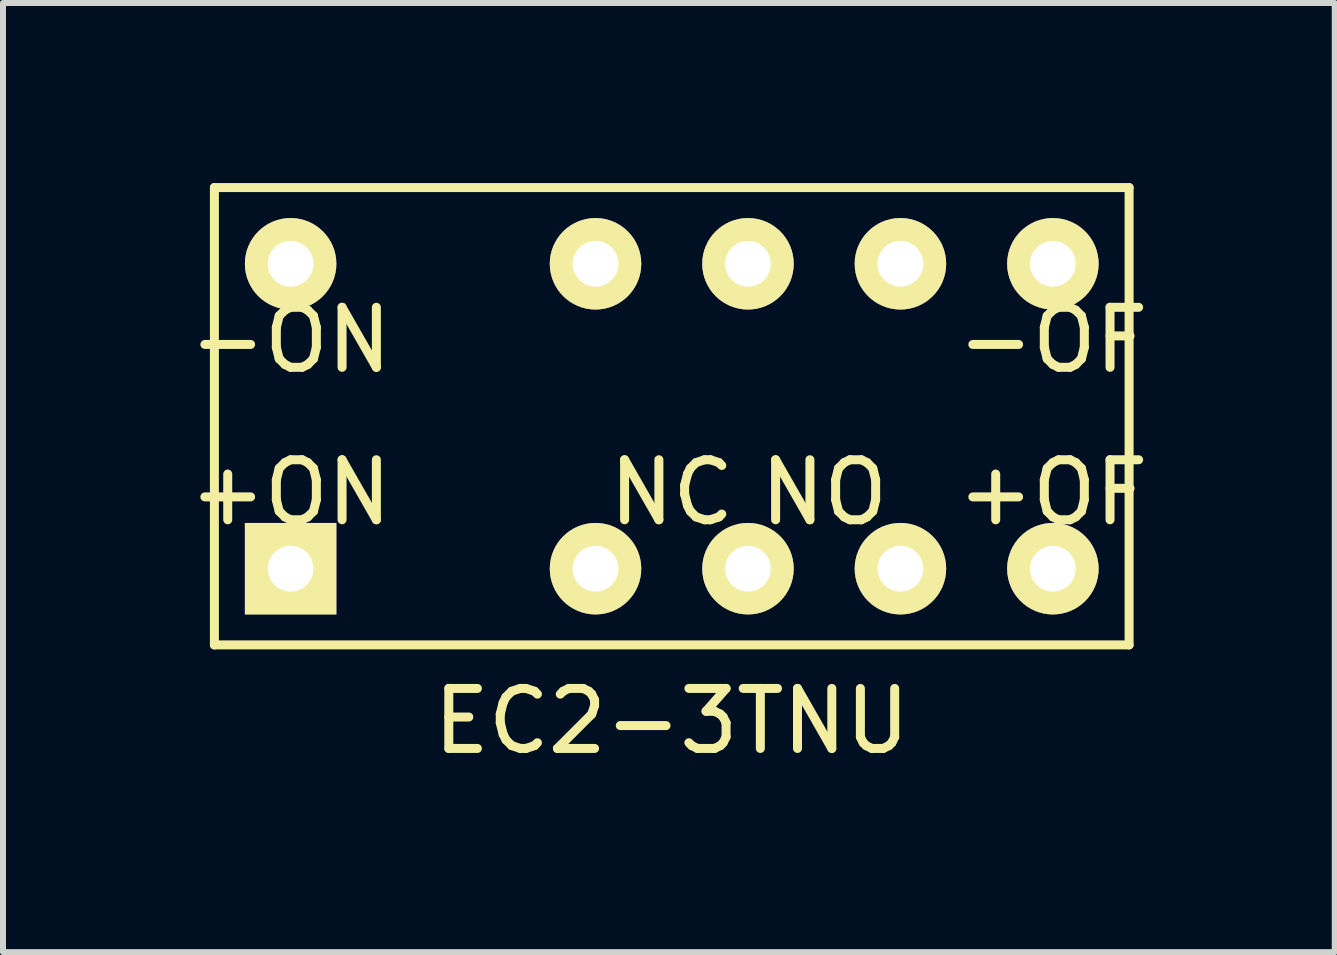
<source format=kicad_pcb>
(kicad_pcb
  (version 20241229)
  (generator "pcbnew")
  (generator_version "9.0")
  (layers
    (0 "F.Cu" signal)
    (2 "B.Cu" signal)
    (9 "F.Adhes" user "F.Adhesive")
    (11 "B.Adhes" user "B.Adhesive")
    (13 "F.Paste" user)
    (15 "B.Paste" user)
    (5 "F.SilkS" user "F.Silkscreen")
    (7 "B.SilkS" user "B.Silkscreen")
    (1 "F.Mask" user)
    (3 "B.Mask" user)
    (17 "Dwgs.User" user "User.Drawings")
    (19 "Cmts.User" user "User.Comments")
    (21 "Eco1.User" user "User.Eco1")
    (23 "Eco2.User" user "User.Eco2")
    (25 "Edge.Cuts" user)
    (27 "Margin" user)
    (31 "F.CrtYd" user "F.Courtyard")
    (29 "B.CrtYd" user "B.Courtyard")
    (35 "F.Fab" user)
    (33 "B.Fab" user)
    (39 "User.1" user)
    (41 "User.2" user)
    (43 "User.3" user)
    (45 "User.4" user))
  (footprint "EC2-3TNU"
    (layer "F.Cu")
    (at 1.792 6.425)
    (property "Reference" "EC2-3TNU" (at 6.35 2.54 0) (layer "F.SilkS") (effects (font (size 1 1) (thickness 0.15))))
    (attr through_hole)
    (fp_line (start -1.27 -6.35) (end 13.97 -6.35) (stroke (width 0.15) (type solid)) (layer "F.SilkS"))
    (fp_line (start -1.27 1.27) (end -1.27 -6.35) (stroke (width 0.15) (type solid)) (layer "F.SilkS"))
    (fp_line (start 13.97 -6.35) (end 13.97 1.27) (stroke (width 0.15) (type solid)) (layer "F.SilkS"))
    (fp_line (start 13.97 1.27) (end -1.27 1.27) (stroke (width 0.15) (type solid)) (layer "F.SilkS"))
    (fp_text user "+ON" (at 0 -1.27 0) (layer "F.SilkS") (effects (font (size 1 1) (thickness 0.15))))
    (fp_text user "-OF" (at 12.7 -3.81 0) (layer "F.SilkS") (effects (font (size 1 1) (thickness 0.15))))
    (fp_text user "NO" (at 8.89 -1.27 0) (layer "F.SilkS") (effects (font (size 1 1) (thickness 0.15))))
    (fp_text user "NC" (at 6.35 -1.27 0) (layer "F.SilkS") (effects (font (size 1 1) (thickness 0.15))))
    (fp_text user "+OF" (at 12.7 -1.27 0) (layer "F.SilkS") (effects (font (size 1 1) (thickness 0.15))))
    (fp_text user "-ON" (at 0 -3.81 0) (layer "F.SilkS") (effects (font (size 1 1) (thickness 0.15))))
    (pad "1" thru_hole rect (at 0 0) (size 1.524 1.524) (drill 0.762) (layers "*.Cu" "*.Mask" "F.SilkS"))
    (pad "3" thru_hole circle (at 5.08 0) (size 1.524 1.524) (drill 0.762) (layers "*.Cu" "*.Mask" "F.SilkS"))
    (pad "4" thru_hole circle (at 7.62 0) (size 1.524 1.524) (drill 0.762) (layers "*.Cu" "*.Mask" "F.SilkS"))
    (pad "5" thru_hole circle (at 10.16 0) (size 1.524 1.524) (drill 0.762) (layers "*.Cu" "*.Mask" "F.SilkS"))
    (pad "6" thru_hole circle (at 12.7 0) (size 1.524 1.524) (drill 0.762) (layers "*.Cu" "*.Mask" "F.SilkS"))
    (pad "7" thru_hole circle (at 12.7 -5.08) (size 1.524 1.524) (drill 0.762) (layers "*.Cu" "*.Mask" "F.SilkS"))
    (pad "8" thru_hole circle (at 10.16 -5.08) (size 1.524 1.524) (drill 0.762) (layers "*.Cu" "*.Mask" "F.SilkS"))
    (pad "9" thru_hole circle (at 7.62 -5.08) (size 1.524 1.524) (drill 0.762) (layers "*.Cu" "*.Mask" "F.SilkS"))
    (pad "10" thru_hole circle (at 5.08 -5.08) (size 1.524 1.524) (drill 0.762) (layers "*.Cu" "*.Mask" "F.SilkS"))
    (pad "12" thru_hole circle (at 0 -5.08) (size 1.524 1.524) (drill 0.762) (layers "*.Cu" "*.Mask" "F.SilkS")))
  (gr_rect
    (start -3 -3)
    (end 19.188 12.813)
    (stroke (width 0.1) (type default))
    (fill no)
    (layer "Edge.Cuts")))
</source>
